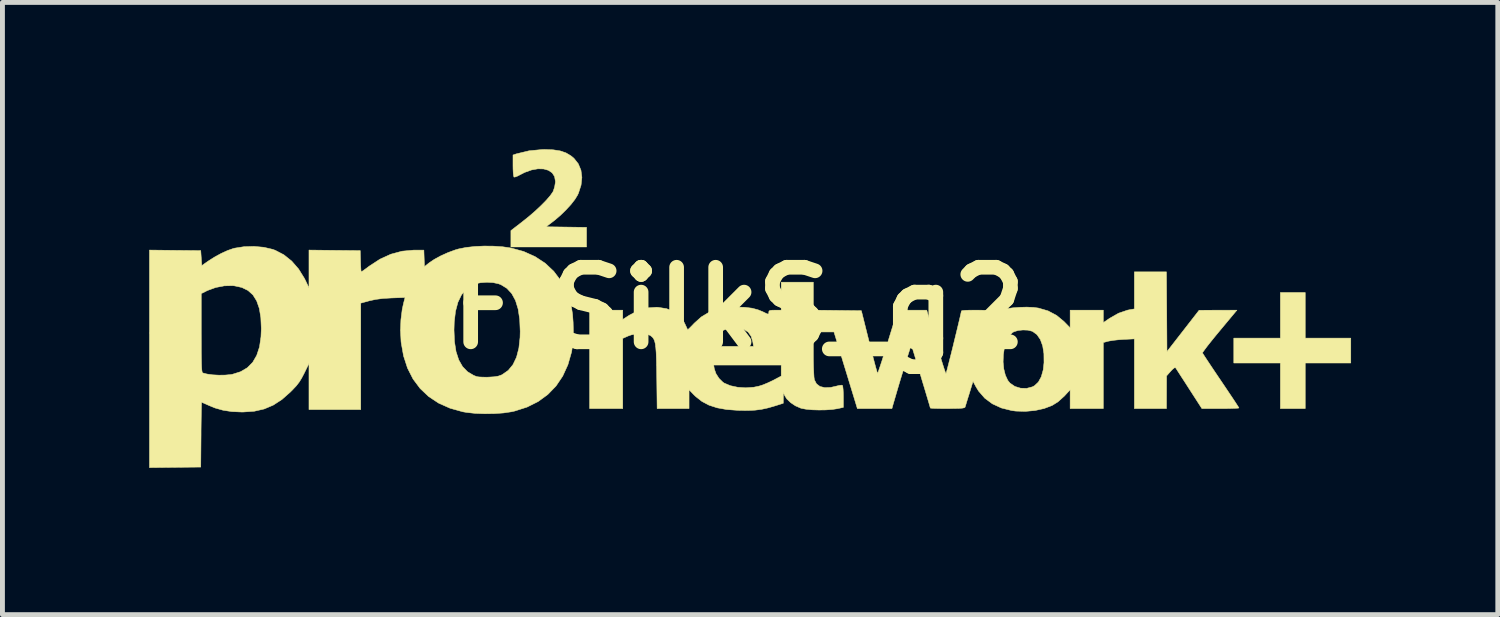
<source format=kicad_pcb>
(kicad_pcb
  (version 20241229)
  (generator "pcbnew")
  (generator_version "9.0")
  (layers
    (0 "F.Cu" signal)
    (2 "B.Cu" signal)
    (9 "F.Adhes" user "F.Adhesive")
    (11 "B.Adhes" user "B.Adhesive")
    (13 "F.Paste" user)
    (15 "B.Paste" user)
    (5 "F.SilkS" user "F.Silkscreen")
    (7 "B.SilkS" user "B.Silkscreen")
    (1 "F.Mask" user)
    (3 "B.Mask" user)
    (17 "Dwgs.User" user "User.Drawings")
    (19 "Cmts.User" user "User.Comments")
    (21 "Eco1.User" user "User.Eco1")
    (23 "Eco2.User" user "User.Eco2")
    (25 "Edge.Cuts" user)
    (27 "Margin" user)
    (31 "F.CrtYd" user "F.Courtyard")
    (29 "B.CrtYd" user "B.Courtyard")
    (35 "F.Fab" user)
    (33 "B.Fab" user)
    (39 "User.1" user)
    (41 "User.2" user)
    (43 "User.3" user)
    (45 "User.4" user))
  (footprint "F.SilkS_g2"
    (layer "F.Cu")
    (at 12.049 3.247)
    (property "Reference" "F.SilkS_g2" (at 0 0 0) (layer "F.SilkS") (effects (font (size 1.524 1.524) (thickness 0.3))))
    (attr through_hole)
    (fp_poly (pts (xy 11.578 0.614) (xy 12.509 0.614) (xy 12.509 1.122) (xy 11.578 1.122) (xy 11.578 2.053) (xy 11.07 2.053) (xy 11.07 1.122) (xy 10.118 1.122) (xy 10.118 0.614) (xy 11.07 0.614) (xy 11.07 -0.318) (xy 11.578 -0.318) (xy 11.578 0.614)) (stroke (width 0.01) (type solid)) (fill yes) (layer "F.SilkS"))
    (fp_poly (pts (xy -3.792 -3.235) (xy -3.65 -3.213) (xy -3.532 -3.173) (xy -3.431 -3.113) (xy -3.369 -3.062) (xy -3.28 -2.95) (xy -3.225 -2.818) (xy -3.206 -2.671) (xy -3.223 -2.513) (xy -3.276 -2.35) (xy -3.295 -2.309) (xy -3.349 -2.221) (xy -3.43 -2.117) (xy -3.531 -2.007) (xy -3.644 -1.897) (xy -3.762 -1.796) (xy -3.792 -1.773) (xy -3.938 -1.662) (xy -3.111 -1.65) (xy -3.111 -1.249) (xy -4.657 -1.249) (xy -4.657 -1.584) (xy -4.429 -1.76) (xy -4.289 -1.872) (xy -4.156 -1.987) (xy -4.036 -2.1) (xy -3.933 -2.205) (xy -3.853 -2.298) (xy -3.8 -2.373) (xy -3.79 -2.393) (xy -3.763 -2.477) (xy -3.748 -2.568) (xy -3.747 -2.59) (xy -3.764 -2.688) (xy -3.813 -2.764) (xy -3.889 -2.816) (xy -3.987 -2.844) (xy -4.104 -2.847) (xy -4.234 -2.824) (xy -4.374 -2.774) (xy -4.462 -2.729) (xy -4.524 -2.697) (xy -4.573 -2.679) (xy -4.594 -2.678) (xy -4.602 -2.703) (xy -4.609 -2.761) (xy -4.613 -2.843) (xy -4.614 -2.91) (xy -4.614 -3.129) (xy -4.546 -3.152) (xy -4.286 -3.215) (xy -4.016 -3.241) (xy -3.967 -3.242) (xy -3.792 -3.235)) (stroke (width 0.01) (type solid)) (fill yes) (layer "F.SilkS"))
    (fp_poly (pts (xy -5.009 -1.266) (xy -4.823 -1.253) (xy -4.66 -1.229) (xy -4.657 -1.229) (xy -4.396 -1.157) (xy -4.162 -1.052) (xy -3.956 -0.917) (xy -3.78 -0.751) (xy -3.633 -0.555) (xy -3.518 -0.332) (xy -3.434 -0.081) (xy -3.418 -0.009) (xy -3.397 0.127) (xy -3.385 0.291) (xy -3.381 0.467) (xy -3.387 0.642) (xy -3.401 0.801) (xy -3.418 0.9) (xy -3.492 1.158) (xy -3.598 1.39) (xy -3.735 1.593) (xy -3.903 1.766) (xy -4.1 1.91) (xy -4.326 2.023) (xy -4.579 2.104) (xy -4.646 2.119) (xy -4.806 2.143) (xy -4.992 2.156) (xy -5.189 2.159) (xy -5.383 2.152) (xy -5.559 2.133) (xy -5.641 2.119) (xy -5.902 2.046) (xy -6.135 1.942) (xy -6.339 1.807) (xy -6.513 1.642) (xy -6.657 1.449) (xy -6.77 1.227) (xy -6.851 0.978) (xy -6.9 0.702) (xy -6.902 0.682) (xy -6.913 0.464) (xy -6.913 0.448) (xy -5.82 0.448) (xy -5.81 0.687) (xy -5.778 0.89) (xy -5.723 1.059) (xy -5.645 1.196) (xy -5.543 1.301) (xy -5.417 1.376) (xy -5.355 1.4) (xy -5.31 1.407) (xy -5.237 1.411) (xy -5.147 1.412) (xy -5.112 1.411) (xy -5 1.404) (xy -4.918 1.391) (xy -4.854 1.369) (xy -4.835 1.36) (xy -4.712 1.274) (xy -4.615 1.156) (xy -4.542 1.004) (xy -4.494 0.819) (xy -4.47 0.6) (xy -4.467 0.476) (xy -4.477 0.23) (xy -4.509 0.02) (xy -4.563 -0.156) (xy -4.64 -0.297) (xy -4.739 -0.404) (xy -4.861 -0.479) (xy -4.909 -0.497) (xy -5.02 -0.521) (xy -5.147 -0.528) (xy -5.276 -0.519) (xy -5.391 -0.495) (xy -5.452 -0.471) (xy -5.572 -0.387) (xy -5.667 -0.27) (xy -5.74 -0.119) (xy -5.789 0.065) (xy -5.815 0.285) (xy -5.82 0.448) (xy -6.913 0.448) (xy -6.905 0.239) (xy -6.878 0.025) (xy -6.85 -0.103) (xy -6.82 -0.217) (xy -7.099 -0.207) (xy -7.273 -0.197) (xy -7.418 -0.178) (xy -7.544 -0.151) (xy -7.551 -0.149) (xy -7.726 -0.101) (xy -7.726 2.074) (xy -8.784 2.074) (xy -8.784 1.603) (xy -8.784 1.132) (xy -8.882 1.333) (xy -8.934 1.432) (xy -8.984 1.513) (xy -9.043 1.589) (xy -9.121 1.672) (xy -9.163 1.714) (xy -9.337 1.868) (xy -9.514 1.983) (xy -9.7 2.062) (xy -9.902 2.108) (xy -10.129 2.124) (xy -10.16 2.124) (xy -10.362 2.115) (xy -10.538 2.088) (xy -10.702 2.042) (xy -10.829 1.99) (xy -10.899 1.959) (xy -10.951 1.936) (xy -10.977 1.926) (xy -10.978 1.926) (xy -10.98 1.946) (xy -10.982 2.004) (xy -10.984 2.094) (xy -10.986 2.211) (xy -10.988 2.35) (xy -10.99 2.506) (xy -10.99 2.588) (xy -10.996 3.249) (xy -12.044 3.26) (xy -12.044 -0.296) (xy -10.986 -0.296) (xy -10.986 0.509) (xy -10.985 0.72) (xy -10.985 0.892) (xy -10.983 1.029) (xy -10.981 1.135) (xy -10.978 1.213) (xy -10.974 1.267) (xy -10.968 1.302) (xy -10.961 1.32) (xy -10.956 1.325) (xy -10.868 1.348) (xy -10.752 1.364) (xy -10.623 1.371) (xy -10.494 1.369) (xy -10.379 1.358) (xy -10.346 1.352) (xy -10.181 1.3) (xy -10.044 1.219) (xy -9.934 1.108) (xy -9.852 0.966) (xy -9.795 0.793) (xy -9.765 0.587) (xy -9.758 0.421) (xy -9.768 0.196) (xy -9.799 0.007) (xy -9.853 -0.147) (xy -9.929 -0.269) (xy -10.03 -0.36) (xy -10.157 -0.422) (xy -10.309 -0.455) (xy -10.346 -0.459) (xy -10.515 -0.455) (xy -10.691 -0.421) (xy -10.858 -0.36) (xy -10.88 -0.349) (xy -10.986 -0.296) (xy -12.044 -0.296) (xy -12.044 -1.186) (xy -11.52 -1.18) (xy -10.996 -1.175) (xy -10.975 -0.869) (xy -10.837 -0.965) (xy -10.714 -1.043) (xy -10.581 -1.116) (xy -10.45 -1.176) (xy -10.336 -1.216) (xy -10.308 -1.224) (xy -10.111 -1.255) (xy -9.907 -1.261) (xy -9.708 -1.243) (xy -9.528 -1.201) (xy -9.475 -1.182) (xy -9.298 -1.09) (xy -9.137 -0.961) (xy -8.996 -0.799) (xy -8.877 -0.607) (xy -8.858 -0.569) (xy -8.784 -0.414) (xy -8.784 -1.186) (xy -8.26 -1.18) (xy -7.736 -1.175) (xy -7.73 -0.958) (xy -7.727 -0.868) (xy -7.723 -0.796) (xy -7.719 -0.751) (xy -7.716 -0.741) (xy -7.696 -0.753) (xy -7.651 -0.784) (xy -7.588 -0.83) (xy -7.554 -0.856) (xy -7.335 -0.999) (xy -7.112 -1.101) (xy -6.882 -1.163) (xy -6.643 -1.185) (xy -6.623 -1.185) (xy -6.436 -1.185) (xy -6.43 -1.016) (xy -6.424 -0.848) (xy -6.329 -0.924) (xy -6.224 -0.995) (xy -6.092 -1.067) (xy -5.944 -1.134) (xy -5.795 -1.189) (xy -5.726 -1.209) (xy -5.576 -1.239) (xy -5.398 -1.259) (xy -5.205 -1.268) (xy -5.009 -1.266)) (stroke (width 0.01) (type solid)) (fill yes) (layer "F.SilkS"))
    (fp_poly (pts (xy 8.747 0.074) (xy 8.752 0.889) (xy 9.409 0.044) (xy 10.182 0.042) (xy 9.827 0.468) (xy 9.732 0.583) (xy 9.647 0.688) (xy 9.576 0.778) (xy 9.522 0.85) (xy 9.488 0.897) (xy 9.478 0.916) (xy 9.491 0.938) (xy 9.525 0.991) (xy 9.577 1.07) (xy 9.644 1.171) (xy 9.723 1.289) (xy 9.811 1.42) (xy 9.854 1.483) (xy 9.945 1.618) (xy 10.028 1.742) (xy 10.1 1.849) (xy 10.158 1.937) (xy 10.199 2.001) (xy 10.221 2.036) (xy 10.223 2.041) (xy 10.203 2.045) (xy 10.148 2.048) (xy 10.063 2.051) (xy 9.956 2.053) (xy 9.845 2.053) (xy 9.466 2.053) (xy 9.204 1.647) (xy 9.129 1.53) (xy 9.06 1.424) (xy 9.002 1.334) (xy 8.959 1.267) (xy 8.933 1.227) (xy 8.927 1.219) (xy 8.905 1.22) (xy 8.864 1.253) (xy 8.828 1.291) (xy 8.744 1.386) (xy 8.743 1.72) (xy 8.742 2.053) (xy 8.086 2.053) (xy 8.086 0.629) (xy 7.869 0.64) (xy 7.764 0.647) (xy 7.663 0.658) (xy 7.581 0.671) (xy 7.551 0.677) (xy 7.451 0.704) (xy 7.451 2.053) (xy 6.773 2.053) (xy 6.773 1.67) (xy 6.655 1.798) (xy 6.524 1.916) (xy 6.405 1.99) (xy 6.242 2.052) (xy 6.056 2.093) (xy 5.858 2.111) (xy 5.662 2.105) (xy 5.579 2.094) (xy 5.367 2.041) (xy 5.183 1.956) (xy 5.028 1.841) (xy 4.902 1.696) (xy 4.85 1.611) (xy 4.788 1.497) (xy 4.711 1.749) (xy 4.68 1.847) (xy 4.654 1.932) (xy 4.635 1.995) (xy 4.625 2.026) (xy 4.624 2.027) (xy 4.609 2.037) (xy 4.569 2.045) (xy 4.498 2.05) (xy 4.394 2.052) (xy 4.266 2.053) (xy 4.149 2.053) (xy 4.049 2.051) (xy 3.973 2.049) (xy 3.926 2.045) (xy 3.916 2.043) (xy 3.91 2.022) (xy 3.894 1.966) (xy 3.869 1.882) (xy 3.837 1.775) (xy 3.8 1.651) (xy 3.759 1.516) (xy 3.717 1.375) (xy 3.675 1.236) (xy 3.635 1.103) (xy 3.599 0.983) (xy 3.568 0.882) (xy 3.544 0.804) (xy 3.53 0.757) (xy 3.528 0.753) (xy 3.521 0.768) (xy 3.504 0.819) (xy 3.478 0.899) (xy 3.445 1.003) (xy 3.407 1.126) (xy 3.365 1.262) (xy 3.321 1.405) (xy 3.277 1.551) (xy 3.235 1.693) (xy 3.196 1.827) (xy 3.161 1.946) (xy 3.15 1.984) (xy 3.131 2.053) (xy 2.777 2.053) (xy 2.424 2.053) (xy 2.235 1.434) (xy 2.185 1.27) (xy 2.136 1.111) (xy 2.092 0.964) (xy 2.052 0.836) (xy 2.021 0.733) (xy 1.999 0.662) (xy 1.996 0.651) (xy 1.946 0.487) (xy 1.524 0.487) (xy 1.524 0.937) (xy 1.525 1.078) (xy 1.528 1.209) (xy 1.533 1.321) (xy 1.538 1.408) (xy 1.545 1.461) (xy 1.547 1.467) (xy 1.589 1.548) (xy 1.66 1.602) (xy 1.759 1.626) (xy 1.88 1.621) (xy 1.986 1.597) (xy 2.051 1.581) (xy 2.1 1.575) (xy 2.117 1.577) (xy 2.126 1.602) (xy 2.133 1.661) (xy 2.137 1.742) (xy 2.138 1.809) (xy 2.138 2.029) (xy 2.016 2.056) (xy 1.909 2.072) (xy 1.779 2.081) (xy 1.639 2.083) (xy 1.501 2.079) (xy 1.377 2.067) (xy 1.281 2.049) (xy 1.265 2.044) (xy 1.159 1.998) (xy 1.061 1.932) (xy 0.983 1.857) (xy 0.94 1.79) (xy 0.912 1.725) (xy 0.911 1.835) (xy 0.91 1.945) (xy 0.743 1.998) (xy 0.598 2.04) (xy 0.466 2.069) (xy 0.334 2.086) (xy 0.188 2.093) (xy 0.016 2.091) (xy -0.018 2.09) (xy -0.247 2.073) (xy -0.442 2.038) (xy -0.608 1.984) (xy -0.752 1.908) (xy -0.878 1.809) (xy -0.914 1.775) (xy -1.016 1.669) (xy -1.016 2.053) (xy -1.668 2.053) (xy -1.676 1.402) (xy -1.679 1.201) (xy -1.68 1.164) (xy -0.513 1.164) (xy -0.499 1.244) (xy -0.465 1.341) (xy -0.403 1.437) (xy -0.326 1.513) (xy -0.297 1.533) (xy -0.172 1.586) (xy -0.022 1.618) (xy 0.142 1.629) (xy 0.308 1.617) (xy 0.41 1.596) (xy 0.493 1.57) (xy 0.592 1.529) (xy 0.69 1.483) (xy 0.704 1.476) (xy 0.868 1.389) (xy 0.868 1.164) (xy -0.513 1.164) (xy -1.68 1.164) (xy -1.683 1.038) (xy -1.688 0.908) (xy -1.696 0.806) (xy -1.699 0.783) (xy -0.514 0.783) (xy 0.302 0.783) (xy 0.288 0.694) (xy 0.253 0.576) (xy 0.192 0.489) (xy 0.102 0.433) (xy -0.018 0.405) (xy -0.086 0.402) (xy -0.227 0.418) (xy -0.342 0.465) (xy -0.429 0.54) (xy -0.485 0.642) (xy -0.501 0.708) (xy -0.514 0.783) (xy -1.699 0.783) (xy -1.706 0.729) (xy -1.72 0.672) (xy -1.738 0.63) (xy -1.761 0.598) (xy -1.79 0.573) (xy -1.811 0.558) (xy -1.884 0.53) (xy -1.982 0.52) (xy -2.092 0.526) (xy -2.201 0.549) (xy -2.26 0.57) (xy -2.371 0.619) (xy -2.371 2.053) (xy -3.048 2.053) (xy -3.048 0.042) (xy -2.371 0.042) (xy -2.371 0.232) (xy -2.239 0.147) (xy -2.057 0.051) (xy -1.872 -0.004) (xy -1.682 -0.017) (xy -1.651 -0.016) (xy -1.475 0.012) (xy -1.328 0.07) (xy -1.211 0.158) (xy -1.123 0.277) (xy -1.101 0.321) (xy -1.072 0.383) (xy -1.052 0.427) (xy -1.045 0.441) (xy -1.029 0.43) (xy -0.992 0.395) (xy -0.939 0.341) (xy -0.909 0.309) (xy -0.766 0.181) (xy -0.607 0.085) (xy -0.426 0.021) (xy -0.221 -0.014) (xy -0.05 -0.021) (xy 0.126 -0.016) (xy 0.271 0.002) (xy 0.394 0.035) (xy 0.494 0.076) (xy 0.559 0.108) (xy 0.595 0.122) (xy 0.61 0.119) (xy 0.614 0.099) (xy 0.614 0.085) (xy 0.618 0.061) (xy 0.639 0.048) (xy 0.685 0.043) (xy 0.741 0.042) (xy 0.868 0.042) (xy 0.868 -0.529) (xy 1.524 -0.529) (xy 1.524 0.042) (xy 2.506 0.053) (xy 2.666 0.693) (xy 2.705 0.851) (xy 2.742 0.994) (xy 2.775 1.119) (xy 2.802 1.219) (xy 2.823 1.291) (xy 2.835 1.329) (xy 2.838 1.333) (xy 2.847 1.314) (xy 2.866 1.259) (xy 2.895 1.173) (xy 2.932 1.061) (xy 2.974 0.927) (xy 3.021 0.777) (xy 3.049 0.688) (xy 3.248 0.042) (xy 3.545 0.043) (xy 3.842 0.043) (xy 4.032 0.697) (xy 4.079 0.855) (xy 4.122 0.998) (xy 4.16 1.122) (xy 4.192 1.223) (xy 4.216 1.294) (xy 4.232 1.332) (xy 4.236 1.338) (xy 4.243 1.315) (xy 4.259 1.257) (xy 4.281 1.171) (xy 4.299 1.101) (xy 5.403 1.101) (xy 5.417 1.243) (xy 5.449 1.371) (xy 5.499 1.478) (xy 5.544 1.533) (xy 5.643 1.601) (xy 5.76 1.637) (xy 5.883 1.641) (xy 6 1.61) (xy 6.044 1.587) (xy 6.123 1.513) (xy 6.183 1.404) (xy 6.223 1.262) (xy 6.239 1.115) (xy 6.237 0.932) (xy 6.212 0.773) (xy 6.164 0.642) (xy 6.095 0.542) (xy 6.006 0.477) (xy 5.993 0.472) (xy 5.91 0.451) (xy 5.81 0.447) (xy 5.711 0.457) (xy 5.627 0.482) (xy 5.594 0.5) (xy 5.522 0.577) (xy 5.468 0.684) (xy 5.429 0.813) (xy 5.408 0.955) (xy 5.403 1.101) (xy 4.299 1.101) (xy 4.309 1.061) (xy 4.341 0.935) (xy 4.375 0.799) (xy 4.409 0.658) (xy 4.443 0.519) (xy 4.475 0.387) (xy 4.503 0.27) (xy 4.526 0.172) (xy 4.542 0.101) (xy 4.55 0.062) (xy 4.551 0.058) (xy 4.571 0.051) (xy 4.624 0.046) (xy 4.702 0.043) (xy 4.797 0.042) (xy 4.9 0.042) (xy 5.002 0.044) (xy 5.095 0.048) (xy 5.17 0.053) (xy 5.218 0.059) (xy 5.232 0.064) (xy 5.255 0.07) (xy 5.31 0.059) (xy 5.366 0.04) (xy 5.466 0.014) (xy 5.595 -0.005) (xy 5.74 -0.016) (xy 5.886 -0.02) (xy 6.022 -0.014) (xy 6.123 -0.001) (xy 6.322 0.057) (xy 6.496 0.149) (xy 6.647 0.274) (xy 6.648 0.275) (xy 6.773 0.403) (xy 6.773 0.042) (xy 7.451 0.042) (xy 7.451 0.297) (xy 7.578 0.21) (xy 7.762 0.105) (xy 7.946 0.042) (xy 7.996 0.032) (xy 8.086 0.017) (xy 8.086 -0.741) (xy 8.741 -0.741) (xy 8.747 0.074)) (stroke (width 0.01) (type solid)) (fill yes) (layer "F.SilkS")))
  (gr_rect
    (start -3 -3)
    (end 27.563 9.512)
    (stroke (width 0.1) (type default))
    (fill no)
    (layer "Edge.Cuts")))
</source>
